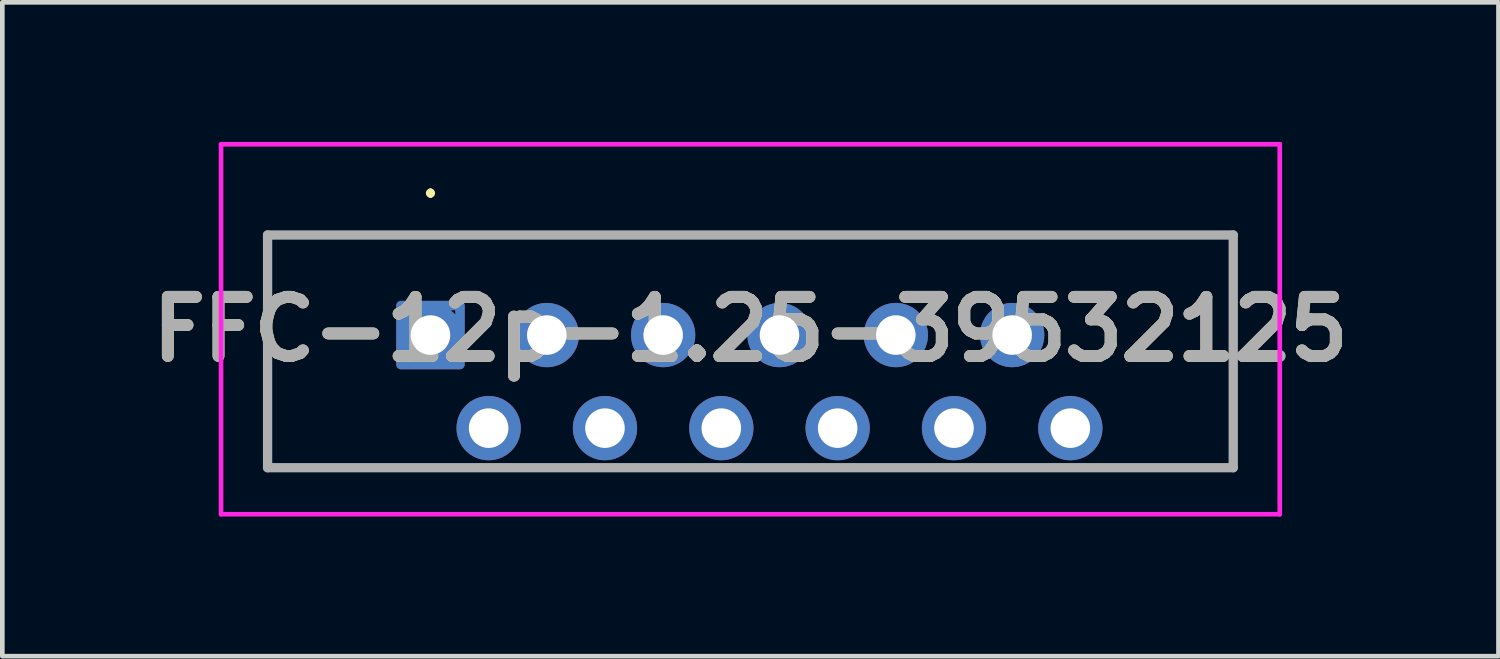
<source format=kicad_pcb>
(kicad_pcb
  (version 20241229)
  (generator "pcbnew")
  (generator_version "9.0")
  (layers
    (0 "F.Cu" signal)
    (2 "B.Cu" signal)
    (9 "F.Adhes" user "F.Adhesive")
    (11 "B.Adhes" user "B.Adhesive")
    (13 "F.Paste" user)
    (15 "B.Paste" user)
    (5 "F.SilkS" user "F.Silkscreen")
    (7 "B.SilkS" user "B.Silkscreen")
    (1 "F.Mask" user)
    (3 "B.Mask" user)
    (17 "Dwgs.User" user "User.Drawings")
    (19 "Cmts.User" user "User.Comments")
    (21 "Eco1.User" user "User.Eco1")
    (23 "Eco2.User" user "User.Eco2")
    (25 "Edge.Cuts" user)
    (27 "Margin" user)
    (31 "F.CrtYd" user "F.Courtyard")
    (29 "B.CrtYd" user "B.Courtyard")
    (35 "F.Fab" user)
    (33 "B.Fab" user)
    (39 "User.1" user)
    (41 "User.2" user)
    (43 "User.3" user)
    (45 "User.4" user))
  (footprint "FFC-12p-1.25-39532125"
    (layer "F.Cu")
    (at 6.2 4.15)
    (property "Reference" "FFC-12p-1.25-39532125" (at 6.875 -0.125 0) (layer "F.SilkS") (effects (font (size 1.27 1.27) (thickness 0.254))))
    (attr through_hole)
    (fp_line (start -3.5 -2.15) (end 17.25 -2.15) (stroke (width 0.1) (type solid)) (layer "F.SilkS"))
    (fp_line (start -3.5 2.85) (end -3.5 -2.15) (stroke (width 0.1) (type solid)) (layer "F.SilkS"))
    (fp_line (start 0 -3.1) (end 0 -3.1) (stroke (width 0.1) (type solid)) (layer "F.SilkS"))
    (fp_line (start 0 -3) (end 0 -3) (stroke (width 0.1) (type solid)) (layer "F.SilkS"))
    (fp_line (start 0 2.85) (end -3.5 2.85) (stroke (width 0.1) (type solid)) (layer "F.SilkS"))
    (fp_line (start 17.25 -2.15) (end 17.25 2.85) (stroke (width 0.1) (type solid)) (layer "F.SilkS"))
    (fp_line (start 17.25 2.85) (end 15.5 2.85) (stroke (width 0.1) (type solid)) (layer "F.SilkS"))
    (fp_arc (start 0 -3.1) (mid 0.05 -3.05) (end 0 -3) (stroke (width 0.1) (type solid)) (layer "F.SilkS"))
    (fp_arc (start 0 -3) (mid -0.05 -3.05) (end 0 -3.1) (stroke (width 0.1) (type solid)) (layer "F.SilkS"))
    (fp_line (start -4.5 -4.1) (end 18.25 -4.1) (stroke (width 0.1) (type solid)) (layer "F.CrtYd"))
    (fp_line (start -4.5 3.85) (end -4.5 -4.1) (stroke (width 0.1) (type solid)) (layer "F.CrtYd"))
    (fp_line (start 18.25 -4.1) (end 18.25 3.85) (stroke (width 0.1) (type solid)) (layer "F.CrtYd"))
    (fp_line (start 18.25 3.85) (end -4.5 3.85) (stroke (width 0.1) (type solid)) (layer "F.CrtYd"))
    (fp_line (start -3.5 -2.15) (end 17.25 -2.15) (stroke (width 0.2) (type solid)) (layer "F.Fab"))
    (fp_line (start -3.5 2.85) (end -3.5 -2.15) (stroke (width 0.2) (type solid)) (layer "F.Fab"))
    (fp_line (start 17.25 -2.15) (end 17.25 2.85) (stroke (width 0.2) (type solid)) (layer "F.Fab"))
    (fp_line (start 17.25 2.85) (end -3.5 2.85) (stroke (width 0.2) (type solid)) (layer "F.Fab"))
    (fp_text user "${REFERENCE}" (at 6.875 -0.125 0) (layer "F.Fab") (effects (font (size 1.27 1.27) (thickness 0.254))))
    (pad "1" thru_hole custom (at 0 0) (size 1.381 1.381) (drill 0.85) (layers "*.Cu" "*.Mask") (options (anchor circle)) (primitives (gr_rect (start -0.635 -0.635) (end 0.635 0.635) (width 0.2) (fill no))))
    (pad "2" thru_hole circle (at 1.25 2) (size 1.381 1.381) (drill 0.85) (layers "*.Cu" "*.Mask"))
    (pad "3" thru_hole circle (at 2.5 0) (size 1.381 1.381) (drill 0.85) (layers "*.Cu" "*.Mask"))
    (pad "4" thru_hole circle (at 3.75 2) (size 1.381 1.381) (drill 0.85) (layers "*.Cu" "*.Mask"))
    (pad "5" thru_hole circle (at 5 0) (size 1.381 1.381) (drill 0.85) (layers "*.Cu" "*.Mask"))
    (pad "6" thru_hole circle (at 6.25 2) (size 1.381 1.381) (drill 0.85) (layers "*.Cu" "*.Mask"))
    (pad "7" thru_hole circle (at 7.5 0) (size 1.381 1.381) (drill 0.85) (layers "*.Cu" "*.Mask"))
    (pad "8" thru_hole circle (at 8.75 2) (size 1.381 1.381) (drill 0.85) (layers "*.Cu" "*.Mask"))
    (pad "9" thru_hole circle (at 10 0) (size 1.381 1.381) (drill 0.85) (layers "*.Cu" "*.Mask"))
    (pad "10" thru_hole circle (at 11.25 2) (size 1.381 1.381) (drill 0.85) (layers "*.Cu" "*.Mask"))
    (pad "11" thru_hole circle (at 12.5 0) (size 1.381 1.381) (drill 0.85) (layers "*.Cu" "*.Mask"))
    (pad "12" thru_hole circle (at 13.75 2) (size 1.381 1.381) (drill 0.85) (layers "*.Cu" "*.Mask")))
  (gr_rect
    (start -3 -3)
    (end 29.15 11.05)
    (stroke (width 0.1) (type default))
    (fill no)
    (layer "Edge.Cuts")))
</source>
